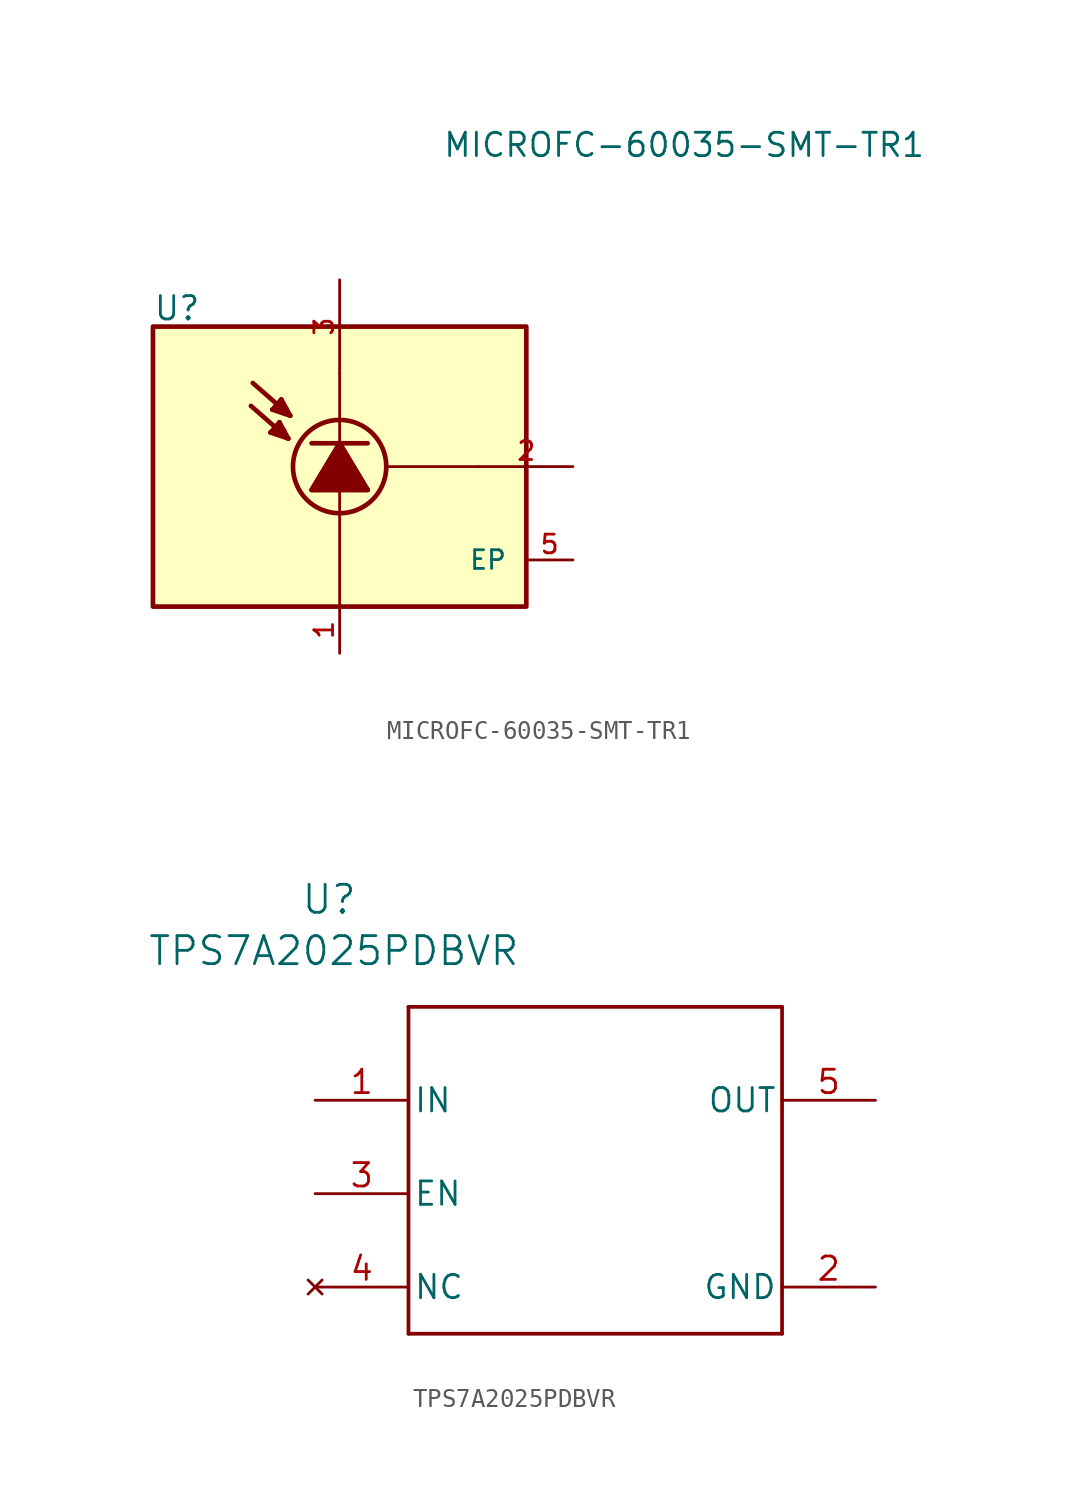
<source format=kicad_sym>
(kicad_symbol_lib
  (version 20241209)
  (generator "kicad_symbol_editor")
  (generator_version "9.0")
  (symbol "MICROFC-60035-SMT-TR1"
    (pin_names
      (offset 1.016))
    (property "Reference" "U"
      (at -10.16 7.874 0)
      (effects (font (size 1.27 1.27)) (justify left bottom)))
    (property "Value" "MICROFC-60035-SMT-TR1"
      (at 5.588 16.764 0)
      (effects (font (size 1.27 1.27)) (justify left bottom)))
    (symbol "MICROFC-60035-SMT-TR1_0_0"
      (rectangle (start -10.16 7.62) (end 10.16 -7.62) (stroke (width 0.254) (type default)) (fill (type background)))
      (polyline (pts (xy -3.759 1.854) (xy -3.277 2.413)) (stroke (width 0.254) (type default)) (fill (type none)))
      (polyline (pts (xy -3.759 1.854) (xy -3.023 1.829)) (stroke (width 0.254) (type default)) (fill (type none)))
      (polyline (pts (xy -3.658 3.099) (xy -3.175 3.658)) (stroke (width 0.254) (type default)) (fill (type none)))
      (polyline (pts (xy -3.658 3.099) (xy -2.921 3.073)) (stroke (width 0.254) (type default)) (fill (type none)))
      (polyline (pts (xy -3.353 2.235) (xy -3.2 2.007)) (stroke (width 0.254) (type default)) (fill (type none)))
      (polyline (pts (xy -3.277 2.413) (xy -2.794 1.524)) (stroke (width 0.254) (type default)) (fill (type none)))
      (polyline (pts (xy -3.251 3.48) (xy -3.099 3.251)) (stroke (width 0.254) (type default)) (fill (type none)))
      (polyline (pts (xy -3.175 3.658) (xy -2.692 2.769)) (stroke (width 0.254) (type default)) (fill (type none)))
      (polyline (pts (xy -3.023 1.829) (xy -3.023 1.956)) (stroke (width 0.254) (type default)) (fill (type none)))
      (polyline (pts (xy -2.921 3.073) (xy -2.921 3.2)) (stroke (width 0.254) (type default)) (fill (type none)))
      (polyline (pts (xy -2.794 1.524) (xy -4.826 3.302)) (stroke (width 0.254) (type default)) (fill (type none)))
      (polyline (pts (xy -2.794 1.524) (xy -3.759 1.854)) (stroke (width 0.254) (type default)) (fill (type none)))
      (polyline (pts (xy -2.692 2.769) (xy -4.724 4.547)) (stroke (width 0.254) (type default)) (fill (type none)))
      (polyline (pts (xy -2.692 2.769) (xy -3.658 3.099)) (stroke (width 0.254) (type default)) (fill (type none)))
      (polyline (pts (xy -1.524 1.27) (xy 0 1.27)) (stroke (width 0.254) (type default)) (fill (type none)))
      (polyline (pts (xy -1.524 -1.27) (xy 0 -1.27)) (stroke (width 0.254) (type default)) (fill (type none)))
      (polyline (pts (xy 0 5.08) (xy 0 1.27)) (stroke (width 0.152) (type default)) (fill (type none)))
      (polyline (pts (xy 0 1.27) (xy -1.524 -1.27)) (stroke (width 0.254) (type default)) (fill (type none)))
      (polyline (pts (xy 0 1.27) (xy 1.524 1.27)) (stroke (width 0.254) (type default)) (fill (type none)))
      (polyline (pts (xy 0 1.27) (xy -1.524 -1.27) (xy 1.524 -1.27) (xy 0 1.27)) (stroke (width 0.254) (type default)) (fill (type outline)))
      (circle (center 0 0) (radius 2.54) (stroke (width 0.254) (type default)) (fill (type none)))
      (polyline (pts (xy 0 -1.27) (xy 0 -7.62)) (stroke (width 0.152) (type default)) (fill (type none)))
      (polyline (pts (xy 0 -1.27) (xy 1.524 -1.27)) (stroke (width 0.254) (type default)) (fill (type none)))
      (polyline (pts (xy 1.524 -1.27) (xy 0 1.27)) (stroke (width 0.254) (type default)) (fill (type none)))
      (polyline (pts (xy 2.54 0) (xy 7.62 0)) (stroke (width 0.152) (type default)) (fill (type none)))
      (pin passive line (at 0 10.16 270) (length 5.08) (name "~" (effects (font (size 1.016 1.016)))) (number "3" (effects (font (size 1.016 1.016)))))
      (pin passive line (at 0 -10.16 90) (length 2.54) (name "~" (effects (font (size 1.016 1.016)))) (number "1" (effects (font (size 1.016 1.016)))))
      (pin passive line (at 12.7 0 180) (length 5.08) (name "~" (effects (font (size 1.016 1.016)))) (number "2" (effects (font (size 1.016 1.016))))))
    (symbol "MICROFC-60035-SMT-TR1_1_0"
      (pin passive line (at 12.7 -5.08 180) (length 2.54) (name "EP" (effects (font (size 1.016 1.016)))) (number "5" (effects (font (size 1.016 1.016)))))))
  (symbol "TPS7A2025PDBVR"
    (pin_names
      (offset 0.254))
    (property "Reference" "U"
      (at 0.762 10.922 0)
      (effects (font (size 1.524 1.524))))
    (property "Value" "TPS7A2025PDBVR"
      (at 1.016 8.128 0)
      (effects (font (size 1.524 1.524))))
    (symbol "TPS7A2025PDBVR_0_1"
      (polyline (pts (xy 5.08 5.08) (xy 5.08 -12.7)) (stroke (width 0.203) (type default)) (fill (type none)))
      (polyline (pts (xy 5.08 -12.7) (xy 25.4 -12.7)) (stroke (width 0.203) (type default)) (fill (type none)))
      (polyline (pts (xy 25.4 5.08) (xy 5.08 5.08)) (stroke (width 0.203) (type default)) (fill (type none)))
      (polyline (pts (xy 25.4 -12.7) (xy 25.4 5.08)) (stroke (width 0.203) (type default)) (fill (type none)))
      (pin power_in line (at 0 0 0) (length 5.08) (name "IN" (effects (font (size 1.27 1.27)))) (number "1" (effects (font (size 1.27 1.27)))))
      (pin input line (at 0 -5.08 0) (length 5.08) (name "EN" (effects (font (size 1.27 1.27)))) (number "3" (effects (font (size 1.27 1.27)))))
      (pin power_in line (at 30.48 -10.16 180) (length 5.08) (name "GND" (effects (font (size 1.27 1.27)))) (number "2" (effects (font (size 1.27 1.27))))))
    (symbol "TPS7A2025PDBVR_1_1"
      (pin no_connect line (at 0 -10.16 0) (length 5.08) (name "NC" (effects (font (size 1.27 1.27)))) (number "4" (effects (font (size 1.27 1.27)))))
      (pin power_out line (at 30.48 0 180) (length 5.08) (name "OUT" (effects (font (size 1.27 1.27)))) (number "5" (effects (font (size 1.27 1.27))))))))
</source>
